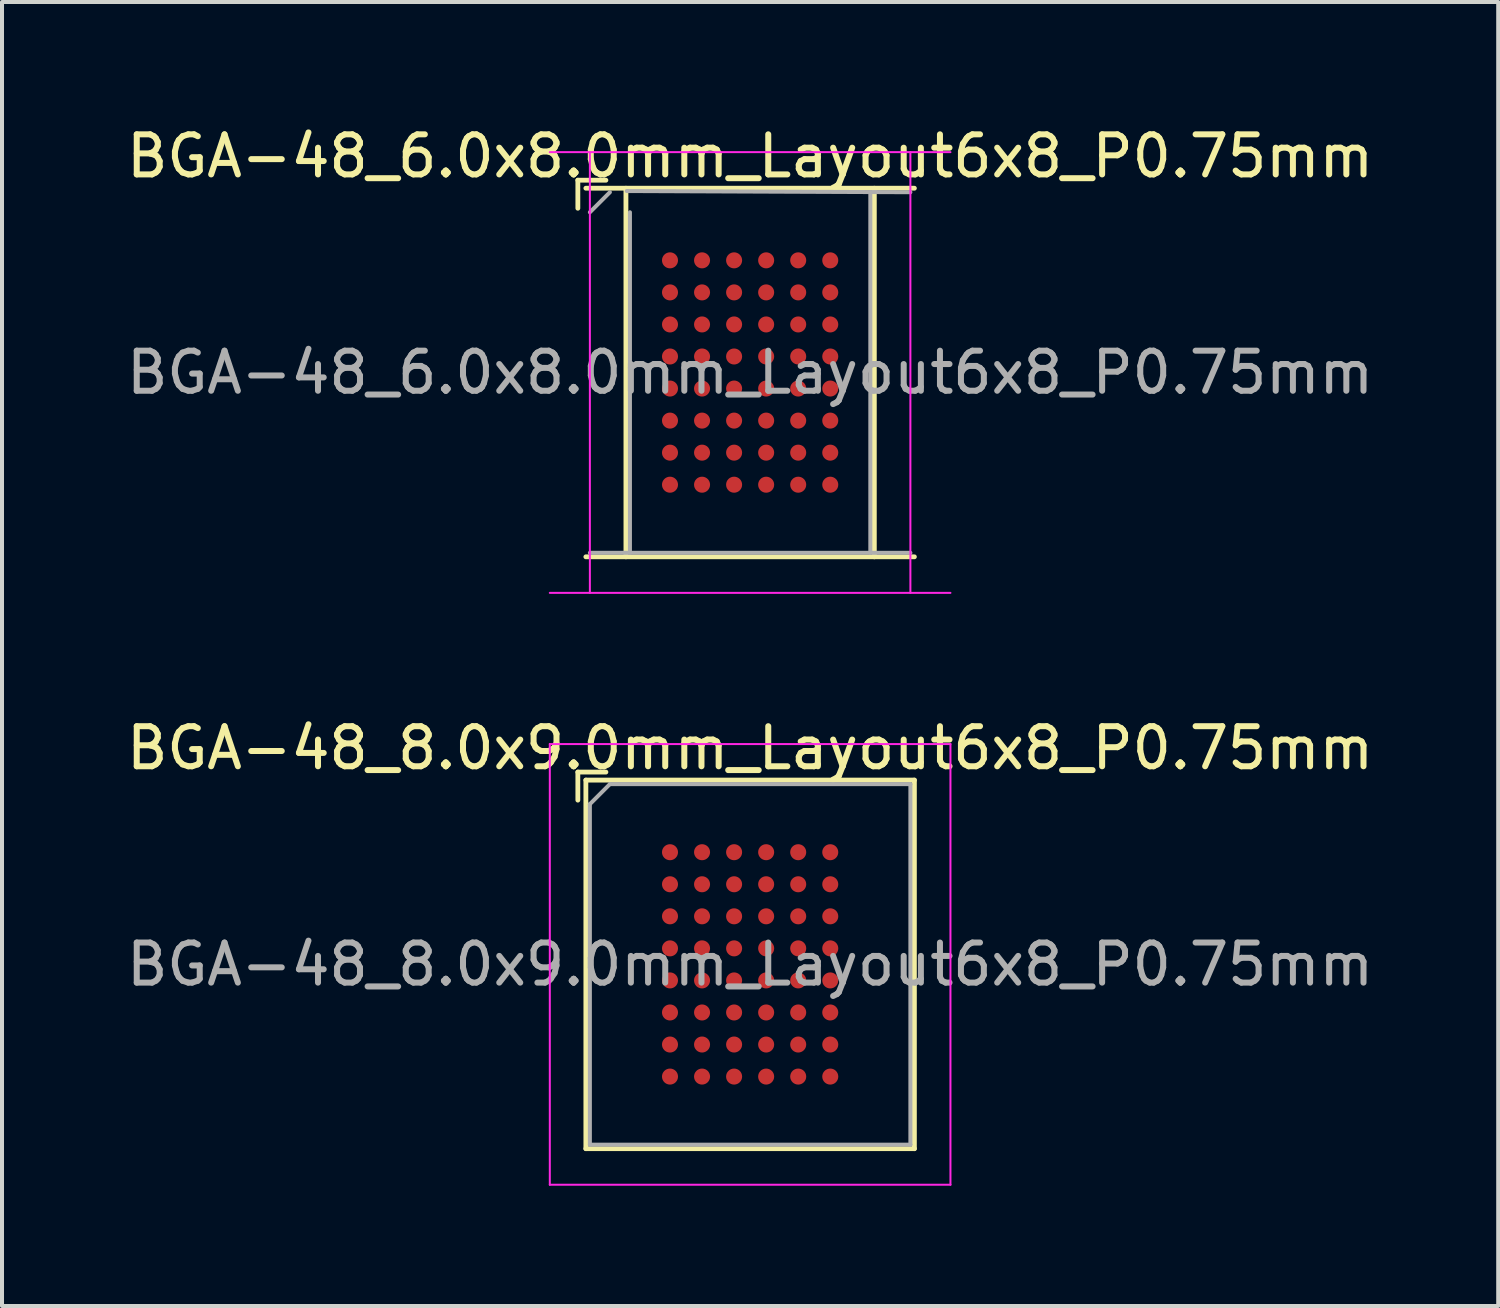
<source format=kicad_pcb>
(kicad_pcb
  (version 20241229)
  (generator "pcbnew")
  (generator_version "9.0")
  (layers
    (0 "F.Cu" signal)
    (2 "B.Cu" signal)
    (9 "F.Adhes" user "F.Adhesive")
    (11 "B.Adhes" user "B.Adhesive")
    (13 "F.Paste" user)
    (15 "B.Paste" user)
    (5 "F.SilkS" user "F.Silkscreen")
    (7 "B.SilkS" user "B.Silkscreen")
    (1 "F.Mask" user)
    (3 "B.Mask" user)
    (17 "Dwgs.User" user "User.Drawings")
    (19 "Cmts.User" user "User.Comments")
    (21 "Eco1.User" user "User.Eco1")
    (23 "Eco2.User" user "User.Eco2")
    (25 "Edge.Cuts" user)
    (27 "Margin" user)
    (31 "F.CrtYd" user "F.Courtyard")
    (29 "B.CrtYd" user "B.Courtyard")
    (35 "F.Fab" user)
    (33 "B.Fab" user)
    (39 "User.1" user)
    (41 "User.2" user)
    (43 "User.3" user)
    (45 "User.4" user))
  (footprint "BGA-48_6.0x8.0mm_Layout6x8_P0.75mm"
    (layer "F.Cu")
    (at 15.673 6.248)
    (property "Reference" "BGA-48_6.0x8.0mm_Layout6x8_P0.75mm" (at 0 -5.4 0) (layer "F.SilkS") (effects (font (size 1 1) (thickness 0.15))))
    (attr smd)
    (fp_line (start -4.3 -4.8) (end -3.6 -4.8) (stroke (width 0.12) (type solid)) (layer "F.SilkS"))
    (fp_line (start -4.3 -4.1) (end -4.3 -4.8) (stroke (width 0.12) (type solid)) (layer "F.SilkS"))
    (fp_line (start -4.1 -4.6) (end 4.1 -4.6) (stroke (width 0.12) (type solid)) (layer "F.SilkS"))
    (fp_line (start -3.1 4.6) (end -3.1 -4.6) (stroke (width 0.12) (type solid)) (layer "F.SilkS"))
    (fp_line (start 3.1 -4.6) (end 3.1 4.6) (stroke (width 0.12) (type solid)) (layer "F.SilkS"))
    (fp_line (start 4.1 4.6) (end -4.1 4.6) (stroke (width 0.12) (type solid)) (layer "F.SilkS"))
    (fp_line (start -5 -5.5) (end 5 -5.5) (stroke (width 0.05) (type solid)) (layer "F.CrtYd"))
    (fp_line (start -4 -5.5) (end -4 5.5) (stroke (width 0.05) (type solid)) (layer "F.CrtYd"))
    (fp_line (start 4 5.5) (end 4 -5.5) (stroke (width 0.05) (type solid)) (layer "F.CrtYd"))
    (fp_line (start 5 5.5) (end -5 5.5) (stroke (width 0.05) (type solid)) (layer "F.CrtYd"))
    (fp_line (start -4 -4) (end -3.5 -4.5) (stroke (width 0.1) (type solid)) (layer "F.Fab"))
    (fp_line (start -3.08 -4.53) (end 4 -4.5) (stroke (width 0.1) (type solid)) (layer "F.Fab"))
    (fp_line (start -3 4.5) (end -3 -4) (stroke (width 0.1) (type solid)) (layer "F.Fab"))
    (fp_line (start 3 -4.5) (end 3 4.5) (stroke (width 0.1) (type solid)) (layer "F.Fab"))
    (fp_line (start 4 4.5) (end -4 4.5) (stroke (width 0.1) (type solid)) (layer "F.Fab"))
    (fp_text user "${REFERENCE}" (at 0 0 0) (layer "F.Fab") (effects (font (size 1 1) (thickness 0.15))))
    (pad "A1" smd circle (at -2 -2.8) (size 0.4 0.4) (layers "F.Cu" "F.Mask" "F.Paste"))
    (pad "A2" smd circle (at -1.2 -2.8) (size 0.4 0.4) (layers "F.Cu" "F.Mask" "F.Paste"))
    (pad "A3" smd circle (at -0.4 -2.8) (size 0.4 0.4) (layers "F.Cu" "F.Mask" "F.Paste"))
    (pad "A4" smd circle (at 0.4 -2.8) (size 0.4 0.4) (layers "F.Cu" "F.Mask" "F.Paste"))
    (pad "A5" smd circle (at 1.2 -2.8) (size 0.4 0.4) (layers "F.Cu" "F.Mask" "F.Paste"))
    (pad "A6" smd circle (at 2 -2.8) (size 0.4 0.4) (layers "F.Cu" "F.Mask" "F.Paste"))
    (pad "B1" smd circle (at -2 -2) (size 0.4 0.4) (layers "F.Cu" "F.Mask" "F.Paste"))
    (pad "B2" smd circle (at -1.2 -2) (size 0.4 0.4) (layers "F.Cu" "F.Mask" "F.Paste"))
    (pad "B3" smd circle (at -0.4 -2) (size 0.4 0.4) (layers "F.Cu" "F.Mask" "F.Paste"))
    (pad "B4" smd circle (at 0.4 -2) (size 0.4 0.4) (layers "F.Cu" "F.Mask" "F.Paste"))
    (pad "B5" smd circle (at 1.2 -2) (size 0.4 0.4) (layers "F.Cu" "F.Mask" "F.Paste"))
    (pad "B6" smd circle (at 2 -2) (size 0.4 0.4) (layers "F.Cu" "F.Mask" "F.Paste"))
    (pad "C1" smd circle (at -2 -1.2) (size 0.4 0.4) (layers "F.Cu" "F.Mask" "F.Paste"))
    (pad "C2" smd circle (at -1.2 -1.2) (size 0.4 0.4) (layers "F.Cu" "F.Mask" "F.Paste"))
    (pad "C3" smd circle (at -0.4 -1.2) (size 0.4 0.4) (layers "F.Cu" "F.Mask" "F.Paste"))
    (pad "C4" smd circle (at 0.4 -1.2) (size 0.4 0.4) (layers "F.Cu" "F.Mask" "F.Paste"))
    (pad "C5" smd circle (at 1.2 -1.2) (size 0.4 0.4) (layers "F.Cu" "F.Mask" "F.Paste"))
    (pad "C6" smd circle (at 2 -1.2) (size 0.4 0.4) (layers "F.Cu" "F.Mask" "F.Paste"))
    (pad "D1" smd circle (at -2 -0.4) (size 0.4 0.4) (layers "F.Cu" "F.Mask" "F.Paste"))
    (pad "D2" smd circle (at -1.2 -0.4) (size 0.4 0.4) (layers "F.Cu" "F.Mask" "F.Paste"))
    (pad "D3" smd circle (at -0.4 -0.4) (size 0.4 0.4) (layers "F.Cu" "F.Mask" "F.Paste"))
    (pad "D4" smd circle (at 0.4 -0.4) (size 0.4 0.4) (layers "F.Cu" "F.Mask" "F.Paste"))
    (pad "D5" smd circle (at 1.2 -0.4) (size 0.4 0.4) (layers "F.Cu" "F.Mask" "F.Paste"))
    (pad "D6" smd circle (at 2 -0.4) (size 0.4 0.4) (layers "F.Cu" "F.Mask" "F.Paste"))
    (pad "E1" smd circle (at -2 0.4) (size 0.4 0.4) (layers "F.Cu" "F.Mask" "F.Paste"))
    (pad "E2" smd circle (at -1.2 0.4) (size 0.4 0.4) (layers "F.Cu" "F.Mask" "F.Paste"))
    (pad "E3" smd circle (at -0.4 0.4) (size 0.4 0.4) (layers "F.Cu" "F.Mask" "F.Paste"))
    (pad "E4" smd circle (at 0.4 0.4) (size 0.4 0.4) (layers "F.Cu" "F.Mask" "F.Paste"))
    (pad "E5" smd circle (at 1.2 0.4) (size 0.4 0.4) (layers "F.Cu" "F.Mask" "F.Paste"))
    (pad "E6" smd circle (at 2 0.4) (size 0.4 0.4) (layers "F.Cu" "F.Mask" "F.Paste"))
    (pad "F1" smd circle (at -2 1.2) (size 0.4 0.4) (layers "F.Cu" "F.Mask" "F.Paste"))
    (pad "F2" smd circle (at -1.2 1.2) (size 0.4 0.4) (layers "F.Cu" "F.Mask" "F.Paste"))
    (pad "F3" smd circle (at -0.4 1.2) (size 0.4 0.4) (layers "F.Cu" "F.Mask" "F.Paste"))
    (pad "F4" smd circle (at 0.4 1.2) (size 0.4 0.4) (layers "F.Cu" "F.Mask" "F.Paste"))
    (pad "F5" smd circle (at 1.2 1.2) (size 0.4 0.4) (layers "F.Cu" "F.Mask" "F.Paste"))
    (pad "F6" smd circle (at 2 1.2) (size 0.4 0.4) (layers "F.Cu" "F.Mask" "F.Paste"))
    (pad "G1" smd circle (at -2 2) (size 0.4 0.4) (layers "F.Cu" "F.Mask" "F.Paste"))
    (pad "G2" smd circle (at -1.2 2) (size 0.4 0.4) (layers "F.Cu" "F.Mask" "F.Paste"))
    (pad "G3" smd circle (at -0.4 2) (size 0.4 0.4) (layers "F.Cu" "F.Mask" "F.Paste"))
    (pad "G4" smd circle (at 0.4 2) (size 0.4 0.4) (layers "F.Cu" "F.Mask" "F.Paste"))
    (pad "G5" smd circle (at 1.2 2) (size 0.4 0.4) (layers "F.Cu" "F.Mask" "F.Paste"))
    (pad "G6" smd circle (at 2 2) (size 0.4 0.4) (layers "F.Cu" "F.Mask" "F.Paste"))
    (pad "H1" smd circle (at -2 2.8) (size 0.4 0.4) (layers "F.Cu" "F.Mask" "F.Paste"))
    (pad "H2" smd circle (at -1.2 2.8) (size 0.4 0.4) (layers "F.Cu" "F.Mask" "F.Paste"))
    (pad "H3" smd circle (at -0.4 2.8) (size 0.4 0.4) (layers "F.Cu" "F.Mask" "F.Paste"))
    (pad "H4" smd circle (at 0.4 2.8) (size 0.4 0.4) (layers "F.Cu" "F.Mask" "F.Paste"))
    (pad "H5" smd circle (at 1.2 2.8) (size 0.4 0.4) (layers "F.Cu" "F.Mask" "F.Paste"))
    (pad "H6" smd circle (at 2 2.8) (size 0.4 0.4) (layers "F.Cu" "F.Mask" "F.Paste")))
  (footprint "BGA-48_8.0x9.0mm_Layout6x8_P0.75mm"
    (layer "F.Cu")
    (at 15.673 21.021)
    (property "Reference" "BGA-48_8.0x9.0mm_Layout6x8_P0.75mm" (at 0 -5.4 0) (layer "F.SilkS") (effects (font (size 1 1) (thickness 0.15))))
    (attr smd)
    (fp_line (start -4.3 -4.8) (end -3.6 -4.8) (stroke (width 0.12) (type solid)) (layer "F.SilkS"))
    (fp_line (start -4.3 -4.1) (end -4.3 -4.8) (stroke (width 0.12) (type solid)) (layer "F.SilkS"))
    (fp_line (start -4.1 -4.6) (end 4.1 -4.6) (stroke (width 0.12) (type solid)) (layer "F.SilkS"))
    (fp_line (start -4.1 4.6) (end -4.1 -4.6) (stroke (width 0.12) (type solid)) (layer "F.SilkS"))
    (fp_line (start 4.1 -4.6) (end 4.1 4.6) (stroke (width 0.12) (type solid)) (layer "F.SilkS"))
    (fp_line (start 4.1 4.6) (end -4.1 4.6) (stroke (width 0.12) (type solid)) (layer "F.SilkS"))
    (fp_line (start -5 -5.5) (end -5 5.5) (stroke (width 0.05) (type solid)) (layer "F.CrtYd"))
    (fp_line (start -5 -5.5) (end 5 -5.5) (stroke (width 0.05) (type solid)) (layer "F.CrtYd"))
    (fp_line (start 5 5.5) (end -5 5.5) (stroke (width 0.05) (type solid)) (layer "F.CrtYd"))
    (fp_line (start 5 5.5) (end 5 -5.5) (stroke (width 0.05) (type solid)) (layer "F.CrtYd"))
    (fp_line (start -4 -4) (end -3.5 -4.5) (stroke (width 0.1) (type solid)) (layer "F.Fab"))
    (fp_line (start -4 4.5) (end -4 -4) (stroke (width 0.1) (type solid)) (layer "F.Fab"))
    (fp_line (start -3.5 -4.5) (end 4 -4.5) (stroke (width 0.1) (type solid)) (layer "F.Fab"))
    (fp_line (start 4 -4.5) (end 4 4.5) (stroke (width 0.1) (type solid)) (layer "F.Fab"))
    (fp_line (start 4 4.5) (end -4 4.5) (stroke (width 0.1) (type solid)) (layer "F.Fab"))
    (fp_text user "${REFERENCE}" (at 0 0 0) (layer "F.Fab") (effects (font (size 1 1) (thickness 0.15))))
    (pad "A1" smd circle (at -2 -2.8) (size 0.4 0.4) (layers "F.Cu" "F.Mask" "F.Paste"))
    (pad "A2" smd circle (at -1.2 -2.8) (size 0.4 0.4) (layers "F.Cu" "F.Mask" "F.Paste"))
    (pad "A3" smd circle (at -0.4 -2.8) (size 0.4 0.4) (layers "F.Cu" "F.Mask" "F.Paste"))
    (pad "A4" smd circle (at 0.4 -2.8) (size 0.4 0.4) (layers "F.Cu" "F.Mask" "F.Paste"))
    (pad "A5" smd circle (at 1.2 -2.8) (size 0.4 0.4) (layers "F.Cu" "F.Mask" "F.Paste"))
    (pad "A6" smd circle (at 2 -2.8) (size 0.4 0.4) (layers "F.Cu" "F.Mask" "F.Paste"))
    (pad "B1" smd circle (at -2 -2) (size 0.4 0.4) (layers "F.Cu" "F.Mask" "F.Paste"))
    (pad "B2" smd circle (at -1.2 -2) (size 0.4 0.4) (layers "F.Cu" "F.Mask" "F.Paste"))
    (pad "B3" smd circle (at -0.4 -2) (size 0.4 0.4) (layers "F.Cu" "F.Mask" "F.Paste"))
    (pad "B4" smd circle (at 0.4 -2) (size 0.4 0.4) (layers "F.Cu" "F.Mask" "F.Paste"))
    (pad "B5" smd circle (at 1.2 -2) (size 0.4 0.4) (layers "F.Cu" "F.Mask" "F.Paste"))
    (pad "B6" smd circle (at 2 -2) (size 0.4 0.4) (layers "F.Cu" "F.Mask" "F.Paste"))
    (pad "C1" smd circle (at -2 -1.2) (size 0.4 0.4) (layers "F.Cu" "F.Mask" "F.Paste"))
    (pad "C2" smd circle (at -1.2 -1.2) (size 0.4 0.4) (layers "F.Cu" "F.Mask" "F.Paste"))
    (pad "C3" smd circle (at -0.4 -1.2) (size 0.4 0.4) (layers "F.Cu" "F.Mask" "F.Paste"))
    (pad "C4" smd circle (at 0.4 -1.2) (size 0.4 0.4) (layers "F.Cu" "F.Mask" "F.Paste"))
    (pad "C5" smd circle (at 1.2 -1.2) (size 0.4 0.4) (layers "F.Cu" "F.Mask" "F.Paste"))
    (pad "C6" smd circle (at 2 -1.2) (size 0.4 0.4) (layers "F.Cu" "F.Mask" "F.Paste"))
    (pad "D1" smd circle (at -2 -0.4) (size 0.4 0.4) (layers "F.Cu" "F.Mask" "F.Paste"))
    (pad "D2" smd circle (at -1.2 -0.4) (size 0.4 0.4) (layers "F.Cu" "F.Mask" "F.Paste"))
    (pad "D3" smd circle (at -0.4 -0.4) (size 0.4 0.4) (layers "F.Cu" "F.Mask" "F.Paste"))
    (pad "D4" smd circle (at 0.4 -0.4) (size 0.4 0.4) (layers "F.Cu" "F.Mask" "F.Paste"))
    (pad "D5" smd circle (at 1.2 -0.4) (size 0.4 0.4) (layers "F.Cu" "F.Mask" "F.Paste"))
    (pad "D6" smd circle (at 2 -0.4) (size 0.4 0.4) (layers "F.Cu" "F.Mask" "F.Paste"))
    (pad "E1" smd circle (at -2 0.4) (size 0.4 0.4) (layers "F.Cu" "F.Mask" "F.Paste"))
    (pad "E2" smd circle (at -1.2 0.4) (size 0.4 0.4) (layers "F.Cu" "F.Mask" "F.Paste"))
    (pad "E3" smd circle (at -0.4 0.4) (size 0.4 0.4) (layers "F.Cu" "F.Mask" "F.Paste"))
    (pad "E4" smd circle (at 0.4 0.4) (size 0.4 0.4) (layers "F.Cu" "F.Mask" "F.Paste"))
    (pad "E5" smd circle (at 1.2 0.4) (size 0.4 0.4) (layers "F.Cu" "F.Mask" "F.Paste"))
    (pad "E6" smd circle (at 2 0.4) (size 0.4 0.4) (layers "F.Cu" "F.Mask" "F.Paste"))
    (pad "F1" smd circle (at -2 1.2) (size 0.4 0.4) (layers "F.Cu" "F.Mask" "F.Paste"))
    (pad "F2" smd circle (at -1.2 1.2) (size 0.4 0.4) (layers "F.Cu" "F.Mask" "F.Paste"))
    (pad "F3" smd circle (at -0.4 1.2) (size 0.4 0.4) (layers "F.Cu" "F.Mask" "F.Paste"))
    (pad "F4" smd circle (at 0.4 1.2) (size 0.4 0.4) (layers "F.Cu" "F.Mask" "F.Paste"))
    (pad "F5" smd circle (at 1.2 1.2) (size 0.4 0.4) (layers "F.Cu" "F.Mask" "F.Paste"))
    (pad "F6" smd circle (at 2 1.2) (size 0.4 0.4) (layers "F.Cu" "F.Mask" "F.Paste"))
    (pad "G1" smd circle (at -2 2) (size 0.4 0.4) (layers "F.Cu" "F.Mask" "F.Paste"))
    (pad "G2" smd circle (at -1.2 2) (size 0.4 0.4) (layers "F.Cu" "F.Mask" "F.Paste"))
    (pad "G3" smd circle (at -0.4 2) (size 0.4 0.4) (layers "F.Cu" "F.Mask" "F.Paste"))
    (pad "G4" smd circle (at 0.4 2) (size 0.4 0.4) (layers "F.Cu" "F.Mask" "F.Paste"))
    (pad "G5" smd circle (at 1.2 2) (size 0.4 0.4) (layers "F.Cu" "F.Mask" "F.Paste"))
    (pad "G6" smd circle (at 2 2) (size 0.4 0.4) (layers "F.Cu" "F.Mask" "F.Paste"))
    (pad "H1" smd circle (at -2 2.8) (size 0.4 0.4) (layers "F.Cu" "F.Mask" "F.Paste"))
    (pad "H2" smd circle (at -1.2 2.8) (size 0.4 0.4) (layers "F.Cu" "F.Mask" "F.Paste"))
    (pad "H3" smd circle (at -0.4 2.8) (size 0.4 0.4) (layers "F.Cu" "F.Mask" "F.Paste"))
    (pad "H4" smd circle (at 0.4 2.8) (size 0.4 0.4) (layers "F.Cu" "F.Mask" "F.Paste"))
    (pad "H5" smd circle (at 1.2 2.8) (size 0.4 0.4) (layers "F.Cu" "F.Mask" "F.Paste"))
    (pad "H6" smd circle (at 2 2.8) (size 0.4 0.4) (layers "F.Cu" "F.Mask" "F.Paste")))
  (gr_rect
    (start -3 -3)
    (end 34.345 29.547)
    (stroke (width 0.1) (type default))
    (fill no)
    (layer "Edge.Cuts")))
</source>
